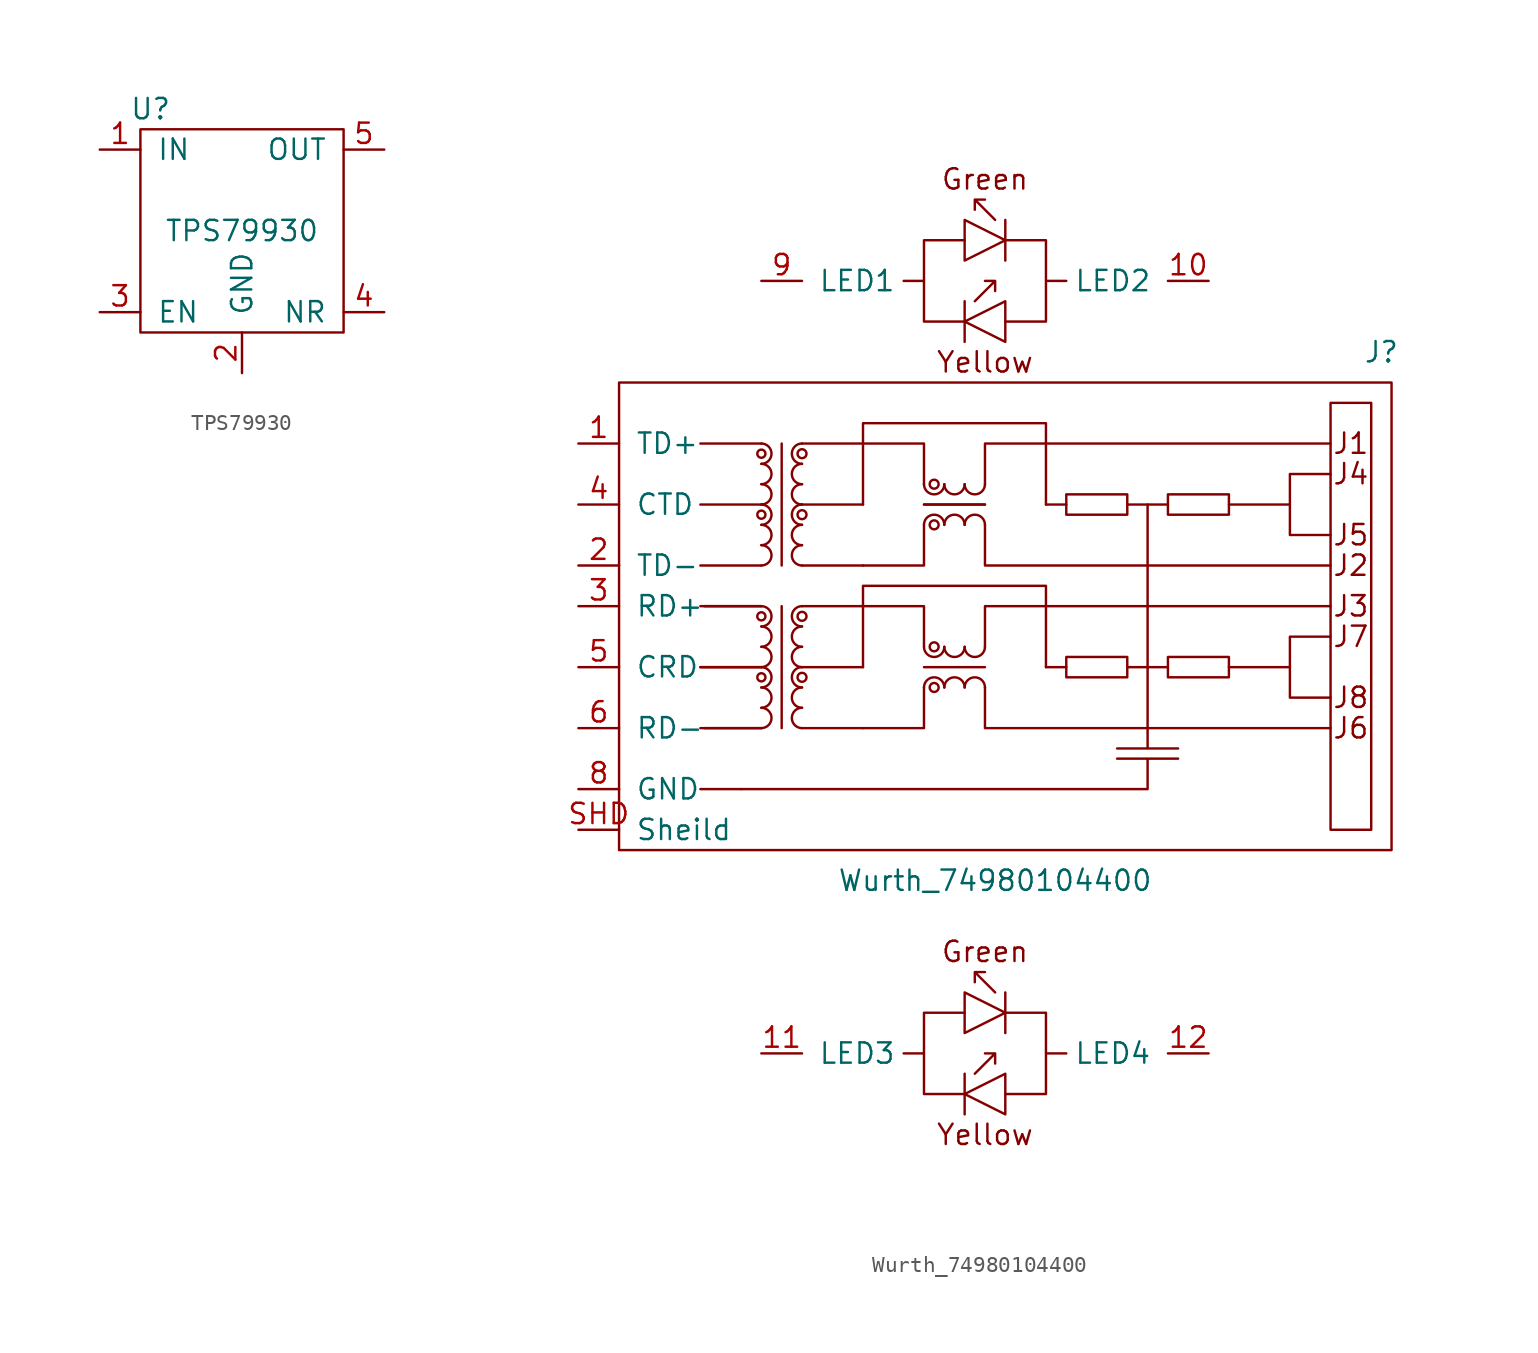
<source format=kicad_sym>
(kicad_symbol_lib
  (version 20211014)
  (generator kicad_symbol_editor)
  (symbol "TPS79930"
    (pin_names
      (offset 1.016))
    (property "Reference" "U"
      (at -5.715 7.62 0)
      (effects (font (size 1.27 1.27))))
    (property "Value" "TPS79930"
      (at 0 0 0)
      (effects (font (size 1.27 1.27))))
    (symbol "TPS79930_0_1"
      (rectangle (start -6.35 6.35) (end 6.35 -6.35) (stroke (width 0) (type default) (color 0 0 0 0)) (fill (type none))))
    (symbol "TPS79930_1_1"
      (pin bidirectional line (at -8.89 5.08 0) (length 2.54) (name "IN" (effects (font (size 1.27 1.27)))) (number "1" (effects (font (size 1.27 1.27)))))
      (pin bidirectional line (at 0 -8.89 90) (length 2.54) (name "GND" (effects (font (size 1.27 1.27)))) (number "2" (effects (font (size 1.27 1.27)))))
      (pin bidirectional line (at -8.89 -5.08 0) (length 2.54) (name "EN" (effects (font (size 1.27 1.27)))) (number "3" (effects (font (size 1.27 1.27)))))
      (pin bidirectional line (at 8.89 -5.08 180) (length 2.54) (name "NR" (effects (font (size 1.27 1.27)))) (number "4" (effects (font (size 1.27 1.27)))))
      (pin bidirectional line (at 8.89 5.08 180) (length 2.54) (name "OUT" (effects (font (size 1.27 1.27)))) (number "5" (effects (font (size 1.27 1.27)))))))
  (symbol "Wurth_74980104400"
    (pin_names
      (offset 1.016))
    (property "Reference" "J"
      (at 37.465 18.415 0)
      (effects (font (size 1.27 1.27))))
    (property "Value" "Wurth_74980104400"
      (at 13.335 -14.605 0)
      (effects (font (size 1.27 1.27))))
    (symbol "Wurth_74980104400_0_0"
      (polyline (pts (xy -2.54 -8.89) (xy -5.08 -8.89)) (stroke (width 0) (type default) (color 0 0 0 0)) (fill (type none)))
      (polyline (pts (xy 12.7 0) (xy 12.7 2.54) (xy 34.29 2.54)) (stroke (width 0) (type default) (color 0 0 0 0)) (fill (type none)))
      (polyline (pts (xy 12.7 7.62) (xy 12.7 5.08) (xy 34.29 5.08)) (stroke (width 0) (type default) (color 0 0 0 0)) (fill (type none)))
      (polyline (pts (xy 31.75 -1.27) (xy 31.75 -3.175) (xy 34.29 -3.175)) (stroke (width 0) (type default) (color 0 0 0 0)) (fill (type none)))
      (polyline (pts (xy 34.29 -5.08) (xy 12.7 -5.08) (xy 12.7 -2.54)) (stroke (width 0) (type default) (color 0 0 0 0)) (fill (type none)))
      (polyline (pts (xy 34.29 12.7) (xy 12.7 12.7) (xy 12.7 10.16)) (stroke (width 0) (type default) (color 0 0 0 0)) (fill (type none)))
      (polyline (pts (xy 22.86 8.89) (xy 22.86 -6.35) (xy 20.955 -6.35) (xy 24.765 -6.35)) (stroke (width 0) (type default) (color 0 0 0 0)) (fill (type none)))
      (polyline (pts (xy 27.94 -1.27) (xy 31.75 -1.27) (xy 31.75 0.635) (xy 34.29 0.635)) (stroke (width 0) (type default) (color 0 0 0 0)) (fill (type none)))
      (polyline (pts (xy 24.765 -6.985) (xy 20.955 -6.985) (xy 22.86 -6.985) (xy 22.86 -8.89) (xy -2.54 -8.89)) (stroke (width 0) (type default) (color 0 0 0 0)) (fill (type none)))
      (polyline (pts (xy 34.29 6.985) (xy 31.75 6.985) (xy 31.75 10.795) (xy 34.29 10.795) (xy 31.75 10.795) (xy 31.75 8.89) (xy 27.94 8.89)) (stroke (width 0) (type default) (color 0 0 0 0)) (fill (type none)))
      (text "Green" (at 12.7 29.21 0) (effects (font (size 1.27 1.27))))
      (text "J1" (at 35.56 12.7 0) (effects (font (size 1.27 1.27))))
      (text "J2" (at 35.56 5.08 0) (effects (font (size 1.27 1.27))))
      (text "J3" (at 35.56 2.54 0) (effects (font (size 1.27 1.27))))
      (text "J4" (at 35.56 10.795 0) (effects (font (size 1.27 1.27))))
      (text "J5" (at 35.56 6.985 0) (effects (font (size 1.27 1.27))))
      (text "J6" (at 35.56 -5.08 0) (effects (font (size 1.27 1.27))))
      (text "J7" (at 35.56 0.635 0) (effects (font (size 1.27 1.27))))
      (text "J8" (at 35.56 -3.175 0) (effects (font (size 1.27 1.27))))
      (text "Yellow" (at 12.7 17.78 0) (effects (font (size 1.27 1.27)))))
    (symbol "Wurth_74980104400_0_1"
      (rectangle (start -10.16 16.51) (end 38.1 -12.7) (stroke (width 0) (type default) (color 0 0 0 0)) (fill (type none)))
      (arc (start -1.27 5.08) (mid -0.635 5.715) (end -1.27 6.35) (stroke (width 0) (type default) (color 0 0 0 0)) (fill (type none)))
      (arc (start -1.27 6.35) (mid -0.635 6.985) (end -1.27 7.62) (stroke (width 0) (type default) (color 0 0 0 0)) (fill (type none)))
      (arc (start -1.27 7.62) (mid -0.635 8.255) (end -1.27 8.89) (stroke (width 0) (type default) (color 0 0 0 0)) (fill (type none)))
      (circle (center -1.27 8.255) (radius 0.254) (stroke (width 0) (type default) (color 0 0 0 0)) (fill (type none)))
      (arc (start -1.27 8.89) (mid -0.635 9.525) (end -1.27 10.16) (stroke (width 0) (type default) (color 0 0 0 0)) (fill (type none)))
      (arc (start -1.27 10.16) (mid -0.635 10.795) (end -1.27 11.43) (stroke (width 0) (type default) (color 0 0 0 0)) (fill (type none)))
      (arc (start -1.27 11.43) (mid -0.635 12.065) (end -1.27 12.7) (stroke (width 0) (type default) (color 0 0 0 0)) (fill (type none)))
      (circle (center -1.27 12.065) (radius 0.254) (stroke (width 0) (type default) (color 0 0 0 0)) (fill (type none)))
      (polyline (pts (xy -5.08 -1.27) (xy -1.27 -1.27)) (stroke (width 0) (type default) (color 0 0 0 0)) (fill (type none)))
      (polyline (pts (xy -5.08 5.08) (xy -1.27 5.08)) (stroke (width 0) (type default) (color 0 0 0 0)) (fill (type none)))
      (polyline (pts (xy -5.08 8.89) (xy -1.27 8.89)) (stroke (width 0) (type default) (color 0 0 0 0)) (fill (type none)))
      (polyline (pts (xy -5.08 12.7) (xy -1.27 12.7)) (stroke (width 0) (type default) (color 0 0 0 0)) (fill (type none)))
      (polyline (pts (xy -4.826 -5.08) (xy -1.27 -5.08)) (stroke (width 0) (type default) (color 0 0 0 0)) (fill (type none)))
      (polyline (pts (xy -4.826 2.54) (xy -1.27 2.54)) (stroke (width 0) (type default) (color 0 0 0 0)) (fill (type none)))
      (polyline (pts (xy 0 12.7) (xy 0 5.08)) (stroke (width 0) (type default) (color 0 0 0 0)) (fill (type none)))
      (polyline (pts (xy 1.27 5.08) (xy 5.08 5.08)) (stroke (width 0) (type default) (color 0 0 0 0)) (fill (type none)))
      (polyline (pts (xy 1.27 8.89) (xy 5.08 8.89)) (stroke (width 0) (type default) (color 0 0 0 0)) (fill (type none)))
      (polyline (pts (xy 1.27 12.7) (xy 5.08 12.7)) (stroke (width 0) (type default) (color 0 0 0 0)) (fill (type none)))
      (polyline (pts (xy 8.89 -1.27) (xy 12.7 -1.27)) (stroke (width 0) (type default) (color 0 0 0 0)) (fill (type none)))
      (polyline (pts (xy 8.89 8.89) (xy 12.7 8.89)) (stroke (width 0) (type default) (color 0 0 0 0)) (fill (type none)))
      (polyline (pts (xy 11.43 21.59) (xy 11.43 19.05)) (stroke (width 0) (type default) (color 0 0 0 0)) (fill (type none)))
      (polyline (pts (xy 13.97 24.13) (xy 13.97 26.67)) (stroke (width 0) (type default) (color 0 0 0 0)) (fill (type none)))
      (polyline (pts (xy 16.51 -1.27) (xy 17.78 -1.27)) (stroke (width 0) (type default) (color 0 0 0 0)) (fill (type none)))
      (polyline (pts (xy 16.51 8.89) (xy 17.78 8.89)) (stroke (width 0) (type default) (color 0 0 0 0)) (fill (type none)))
      (polyline (pts (xy 21.59 -1.27) (xy 24.13 -1.27)) (stroke (width 0) (type default) (color 0 0 0 0)) (fill (type none)))
      (polyline (pts (xy 21.59 8.89) (xy 24.13 8.89)) (stroke (width 0) (type default) (color 0 0 0 0)) (fill (type none)))
      (polyline (pts (xy 5.08 -5.08) (xy 8.89 -5.08) (xy 8.89 -2.54)) (stroke (width 0) (type default) (color 0 0 0 0)) (fill (type none)))
      (polyline (pts (xy 5.08 2.54) (xy 8.89 2.54) (xy 8.89 0)) (stroke (width 0) (type default) (color 0 0 0 0)) (fill (type none)))
      (polyline (pts (xy 5.08 -1.27) (xy 5.08 3.81) (xy 16.51 3.81) (xy 16.51 -1.27)) (stroke (width 0) (type default) (color 0 0 0 0)) (fill (type none)))
      (polyline (pts (xy 5.08 8.89) (xy 5.08 13.97) (xy 16.51 13.97) (xy 16.51 8.89)) (stroke (width 0) (type default) (color 0 0 0 0)) (fill (type none)))
      (polyline (pts (xy 11.43 26.67) (xy 13.97 25.4) (xy 11.43 24.13) (xy 11.43 26.67)) (stroke (width 0) (type default) (color 0 0 0 0)) (fill (type none)))
      (polyline (pts (xy 13.97 21.59) (xy 11.43 20.32) (xy 13.97 19.05) (xy 13.97 21.59)) (stroke (width 0) (type default) (color 0 0 0 0)) (fill (type none)))
      (polyline (pts (xy 12.065 21.59) (xy 13.335 22.86) (xy 13.335 22.225) (xy 13.335 22.86) (xy 12.7 22.86)) (stroke (width 0) (type default) (color 0 0 0 0)) (fill (type none)))
      (polyline (pts (xy 13.335 26.67) (xy 12.065 27.94) (xy 12.065 27.305) (xy 12.065 27.94) (xy 12.7 27.94)) (stroke (width 0) (type default) (color 0 0 0 0)) (fill (type none)))
      (polyline (pts (xy 11.43 20.32) (xy 8.89 20.32) (xy 8.89 22.86) (xy 7.62 22.86) (xy 8.89 22.86) (xy 8.89 25.4) (xy 11.43 25.4)) (stroke (width 0) (type default) (color 0 0 0 0)) (fill (type none)))
      (polyline (pts (xy 13.97 25.4) (xy 16.51 25.4) (xy 16.51 22.86) (xy 17.78 22.86) (xy 16.51 22.86) (xy 16.51 20.32) (xy 13.97 20.32)) (stroke (width 0) (type default) (color 0 0 0 0)) (fill (type none)))
      (arc (start 1.27 6.35) (mid 0.635 5.715) (end 1.27 5.08) (stroke (width 0) (type default) (color 0 0 0 0)) (fill (type none)))
      (arc (start 1.27 7.62) (mid 0.635 6.985) (end 1.27 6.35) (stroke (width 0) (type default) (color 0 0 0 0)) (fill (type none)))
      (circle (center 1.27 8.255) (radius 0.279) (stroke (width 0) (type default) (color 0 0 0 0)) (fill (type none)))
      (arc (start 1.27 8.89) (mid 0.635 8.255) (end 1.27 7.62) (stroke (width 0) (type default) (color 0 0 0 0)) (fill (type none)))
      (arc (start 1.27 10.16) (mid 0.635 9.525) (end 1.27 8.89) (stroke (width 0) (type default) (color 0 0 0 0)) (fill (type none)))
      (arc (start 1.27 11.43) (mid 0.635 10.795) (end 1.27 10.16) (stroke (width 0) (type default) (color 0 0 0 0)) (fill (type none)))
      (circle (center 1.27 12.065) (radius 0.279) (stroke (width 0) (type default) (color 0 0 0 0)) (fill (type none)))
      (arc (start 1.27 12.7) (mid 0.635 12.065) (end 1.27 11.43) (stroke (width 0) (type default) (color 0 0 0 0)) (fill (type none)))
      (arc (start 8.89 0) (mid 9.525 -0.635) (end 10.16 0) (stroke (width 0) (type default) (color 0 0 0 0)) (fill (type none)))
      (circle (center 9.525 -2.54) (radius 0.279) (stroke (width 0) (type default) (color 0 0 0 0)) (fill (type none)))
      (circle (center 9.525 0) (radius 0.279) (stroke (width 0) (type default) (color 0 0 0 0)) (fill (type none)))
      (arc (start 10.16 -2.54) (mid 9.525 -1.905) (end 8.89 -2.54) (stroke (width 0) (type default) (color 0 0 0 0)) (fill (type none)))
      (arc (start 10.16 0) (mid 10.795 -0.635) (end 11.43 0) (stroke (width 0) (type default) (color 0 0 0 0)) (fill (type none)))
      (arc (start 11.43 -2.54) (mid 10.795 -1.905) (end 10.16 -2.54) (stroke (width 0) (type default) (color 0 0 0 0)) (fill (type none)))
      (arc (start 11.43 0) (mid 12.065 -0.635) (end 12.7 0) (stroke (width 0) (type default) (color 0 0 0 0)) (fill (type none)))
      (arc (start 12.7 -2.54) (mid 12.065 -1.905) (end 11.43 -2.54) (stroke (width 0) (type default) (color 0 0 0 0)) (fill (type none)))
      (rectangle (start 17.78 -0.635) (end 21.59 -1.905) (stroke (width 0) (type default) (color 0 0 0 0)) (fill (type none)))
      (rectangle (start 17.78 9.525) (end 21.59 8.255) (stroke (width 0) (type default) (color 0 0 0 0)) (fill (type none)))
      (rectangle (start 34.29 15.24) (end 36.83 -11.43) (stroke (width 0) (type default) (color 0 0 0 0)) (fill (type none))))
    (symbol "Wurth_74980104400_1_1"
      (arc (start -1.27 -5.08) (mid -0.635 -4.445) (end -1.27 -3.81) (stroke (width 0) (type default) (color 0 0 0 0)) (fill (type none)))
      (arc (start -1.27 -3.81) (mid -0.635 -3.175) (end -1.27 -2.54) (stroke (width 0) (type default) (color 0 0 0 0)) (fill (type none)))
      (arc (start -1.27 -2.54) (mid -0.635 -1.905) (end -1.27 -1.27) (stroke (width 0) (type default) (color 0 0 0 0)) (fill (type none)))
      (circle (center -1.27 -1.905) (radius 0.254) (stroke (width 0) (type default) (color 0 0 0 0)) (fill (type none)))
      (arc (start -1.27 -1.27) (mid -0.635 -0.635) (end -1.27 0) (stroke (width 0) (type default) (color 0 0 0 0)) (fill (type none)))
      (arc (start -1.27 0) (mid -0.635 0.635) (end -1.27 1.27) (stroke (width 0) (type default) (color 0 0 0 0)) (fill (type none)))
      (arc (start -1.27 1.27) (mid -0.635 1.905) (end -1.27 2.54) (stroke (width 0) (type default) (color 0 0 0 0)) (fill (type none)))
      (circle (center -1.27 1.905) (radius 0.254) (stroke (width 0) (type default) (color 0 0 0 0)) (fill (type none)))
      (polyline (pts (xy -5.08 -5.08) (xy -1.27 -5.08)) (stroke (width 0) (type default) (color 0 0 0 0)) (fill (type none)))
      (polyline (pts (xy -5.08 -1.27) (xy -1.27 -1.27)) (stroke (width 0) (type default) (color 0 0 0 0)) (fill (type none)))
      (polyline (pts (xy -5.08 2.54) (xy -1.27 2.54)) (stroke (width 0) (type default) (color 0 0 0 0)) (fill (type none)))
      (polyline (pts (xy 0 2.54) (xy 0 -5.08)) (stroke (width 0) (type default) (color 0 0 0 0)) (fill (type none)))
      (polyline (pts (xy 1.27 -5.08) (xy 5.08 -5.08)) (stroke (width 0) (type default) (color 0 0 0 0)) (fill (type none)))
      (polyline (pts (xy 1.27 -1.27) (xy 5.08 -1.27)) (stroke (width 0) (type default) (color 0 0 0 0)) (fill (type none)))
      (polyline (pts (xy 1.27 2.54) (xy 5.08 2.54)) (stroke (width 0) (type default) (color 0 0 0 0)) (fill (type none)))
      (polyline (pts (xy 8.89 8.89) (xy 12.7 8.89)) (stroke (width 0) (type default) (color 0 0 0 0)) (fill (type none)))
      (polyline (pts (xy 11.43 -26.67) (xy 11.43 -29.21)) (stroke (width 0) (type default) (color 0 0 0 0)) (fill (type none)))
      (polyline (pts (xy 13.97 -24.13) (xy 13.97 -21.59)) (stroke (width 0) (type default) (color 0 0 0 0)) (fill (type none)))
      (polyline (pts (xy 5.08 5.08) (xy 8.89 5.08) (xy 8.89 7.62)) (stroke (width 0) (type default) (color 0 0 0 0)) (fill (type none)))
      (polyline (pts (xy 5.08 12.7) (xy 8.89 12.7) (xy 8.89 10.16)) (stroke (width 0) (type default) (color 0 0 0 0)) (fill (type none)))
      (polyline (pts (xy 11.43 -21.59) (xy 13.97 -22.86) (xy 11.43 -24.13) (xy 11.43 -21.59)) (stroke (width 0) (type default) (color 0 0 0 0)) (fill (type none)))
      (polyline (pts (xy 13.97 -26.67) (xy 11.43 -27.94) (xy 13.97 -29.21) (xy 13.97 -26.67)) (stroke (width 0) (type default) (color 0 0 0 0)) (fill (type none)))
      (polyline (pts (xy 12.065 -26.67) (xy 13.335 -25.4) (xy 13.335 -26.035) (xy 13.335 -25.4) (xy 12.7 -25.4)) (stroke (width 0) (type default) (color 0 0 0 0)) (fill (type none)))
      (polyline (pts (xy 13.335 -21.59) (xy 12.065 -20.32) (xy 12.065 -20.955) (xy 12.065 -20.32) (xy 12.7 -20.32)) (stroke (width 0) (type default) (color 0 0 0 0)) (fill (type none)))
      (polyline (pts (xy 11.43 -27.94) (xy 8.89 -27.94) (xy 8.89 -25.4) (xy 7.62 -25.4) (xy 8.89 -25.4) (xy 8.89 -22.86) (xy 11.43 -22.86)) (stroke (width 0) (type default) (color 0 0 0 0)) (fill (type none)))
      (polyline (pts (xy 13.97 -22.86) (xy 16.51 -22.86) (xy 16.51 -25.4) (xy 17.78 -25.4) (xy 16.51 -25.4) (xy 16.51 -27.94) (xy 13.97 -27.94)) (stroke (width 0) (type default) (color 0 0 0 0)) (fill (type none)))
      (arc (start 1.27 -3.81) (mid 0.635 -4.445) (end 1.27 -5.08) (stroke (width 0) (type default) (color 0 0 0 0)) (fill (type none)))
      (arc (start 1.27 -2.54) (mid 0.635 -3.175) (end 1.27 -3.81) (stroke (width 0) (type default) (color 0 0 0 0)) (fill (type none)))
      (circle (center 1.27 -1.905) (radius 0.279) (stroke (width 0) (type default) (color 0 0 0 0)) (fill (type none)))
      (arc (start 1.27 -1.27) (mid 0.635 -1.905) (end 1.27 -2.54) (stroke (width 0) (type default) (color 0 0 0 0)) (fill (type none)))
      (arc (start 1.27 0) (mid 0.635 -0.635) (end 1.27 -1.27) (stroke (width 0) (type default) (color 0 0 0 0)) (fill (type none)))
      (arc (start 1.27 1.27) (mid 0.635 0.635) (end 1.27 0) (stroke (width 0) (type default) (color 0 0 0 0)) (fill (type none)))
      (circle (center 1.27 1.905) (radius 0.279) (stroke (width 0) (type default) (color 0 0 0 0)) (fill (type none)))
      (arc (start 1.27 2.54) (mid 0.635 1.905) (end 1.27 1.27) (stroke (width 0) (type default) (color 0 0 0 0)) (fill (type none)))
      (arc (start 8.89 10.16) (mid 9.525 9.525) (end 10.16 10.16) (stroke (width 0) (type default) (color 0 0 0 0)) (fill (type none)))
      (circle (center 9.525 7.62) (radius 0.279) (stroke (width 0) (type default) (color 0 0 0 0)) (fill (type none)))
      (circle (center 9.525 10.16) (radius 0.279) (stroke (width 0) (type default) (color 0 0 0 0)) (fill (type none)))
      (arc (start 10.16 7.62) (mid 9.525 8.255) (end 8.89 7.62) (stroke (width 0) (type default) (color 0 0 0 0)) (fill (type none)))
      (arc (start 10.16 10.16) (mid 10.795 9.525) (end 11.43 10.16) (stroke (width 0) (type default) (color 0 0 0 0)) (fill (type none)))
      (arc (start 11.43 7.62) (mid 10.795 8.255) (end 10.16 7.62) (stroke (width 0) (type default) (color 0 0 0 0)) (fill (type none)))
      (arc (start 11.43 10.16) (mid 12.065 9.525) (end 12.7 10.16) (stroke (width 0) (type default) (color 0 0 0 0)) (fill (type none)))
      (arc (start 12.7 7.62) (mid 12.065 8.255) (end 11.43 7.62) (stroke (width 0) (type default) (color 0 0 0 0)) (fill (type none)))
      (rectangle (start 24.13 -0.635) (end 27.94 -1.905) (stroke (width 0) (type default) (color 0 0 0 0)) (fill (type none)))
      (rectangle (start 24.13 9.525) (end 27.94 8.255) (stroke (width 0) (type default) (color 0 0 0 0)) (fill (type none)))
      (text "Green" (at 12.7 -19.05 0) (effects (font (size 1.27 1.27))))
      (text "Yellow" (at 12.7 -30.48 0) (effects (font (size 1.27 1.27))))
      (pin passive line (at -12.7 12.7 0) (length 2.54) (name "TD+" (effects (font (size 1.27 1.27)))) (number "1" (effects (font (size 1.27 1.27)))))
      (pin passive line (at 26.67 22.86 180) (length 2.54) (name "LED2" (effects (font (size 1.27 1.27)))) (number "10" (effects (font (size 1.27 1.27)))))
      (pin passive line (at -1.27 -25.4 0) (length 2.54) (name "LED3" (effects (font (size 1.27 1.27)))) (number "11" (effects (font (size 1.27 1.27)))))
      (pin passive line (at 26.67 -25.4 180) (length 2.54) (name "LED4" (effects (font (size 1.27 1.27)))) (number "12" (effects (font (size 1.27 1.27)))))
      (pin passive line (at -12.7 5.08 0) (length 2.54) (name "TD-" (effects (font (size 1.27 1.27)))) (number "2" (effects (font (size 1.27 1.27)))))
      (pin passive line (at -12.7 2.54 0) (length 2.54) (name "RD+" (effects (font (size 1.27 1.27)))) (number "3" (effects (font (size 1.27 1.27)))))
      (pin passive line (at -12.7 8.89 0) (length 2.54) (name "CTD" (effects (font (size 1.27 1.27)))) (number "4" (effects (font (size 1.27 1.27)))))
      (pin passive line (at -12.7 -1.27 0) (length 2.54) (name "CRD" (effects (font (size 1.27 1.27)))) (number "5" (effects (font (size 1.27 1.27)))))
      (pin passive line (at -12.7 -5.08 0) (length 2.54) (name "RD-" (effects (font (size 1.27 1.27)))) (number "6" (effects (font (size 1.27 1.27)))))
      (pin passive line (at -12.7 -8.89 0) (length 2.54) (name "GND" (effects (font (size 1.27 1.27)))) (number "8" (effects (font (size 1.27 1.27)))))
      (pin passive line (at -1.27 22.86 0) (length 2.54) (name "LED1" (effects (font (size 1.27 1.27)))) (number "9" (effects (font (size 1.27 1.27)))))
      (pin passive line (at -12.7 -11.43 0) (length 2.54) (name "Sheild" (effects (font (size 1.27 1.27)))) (number "SHD" (effects (font (size 1.27 1.27))))))))
</source>
